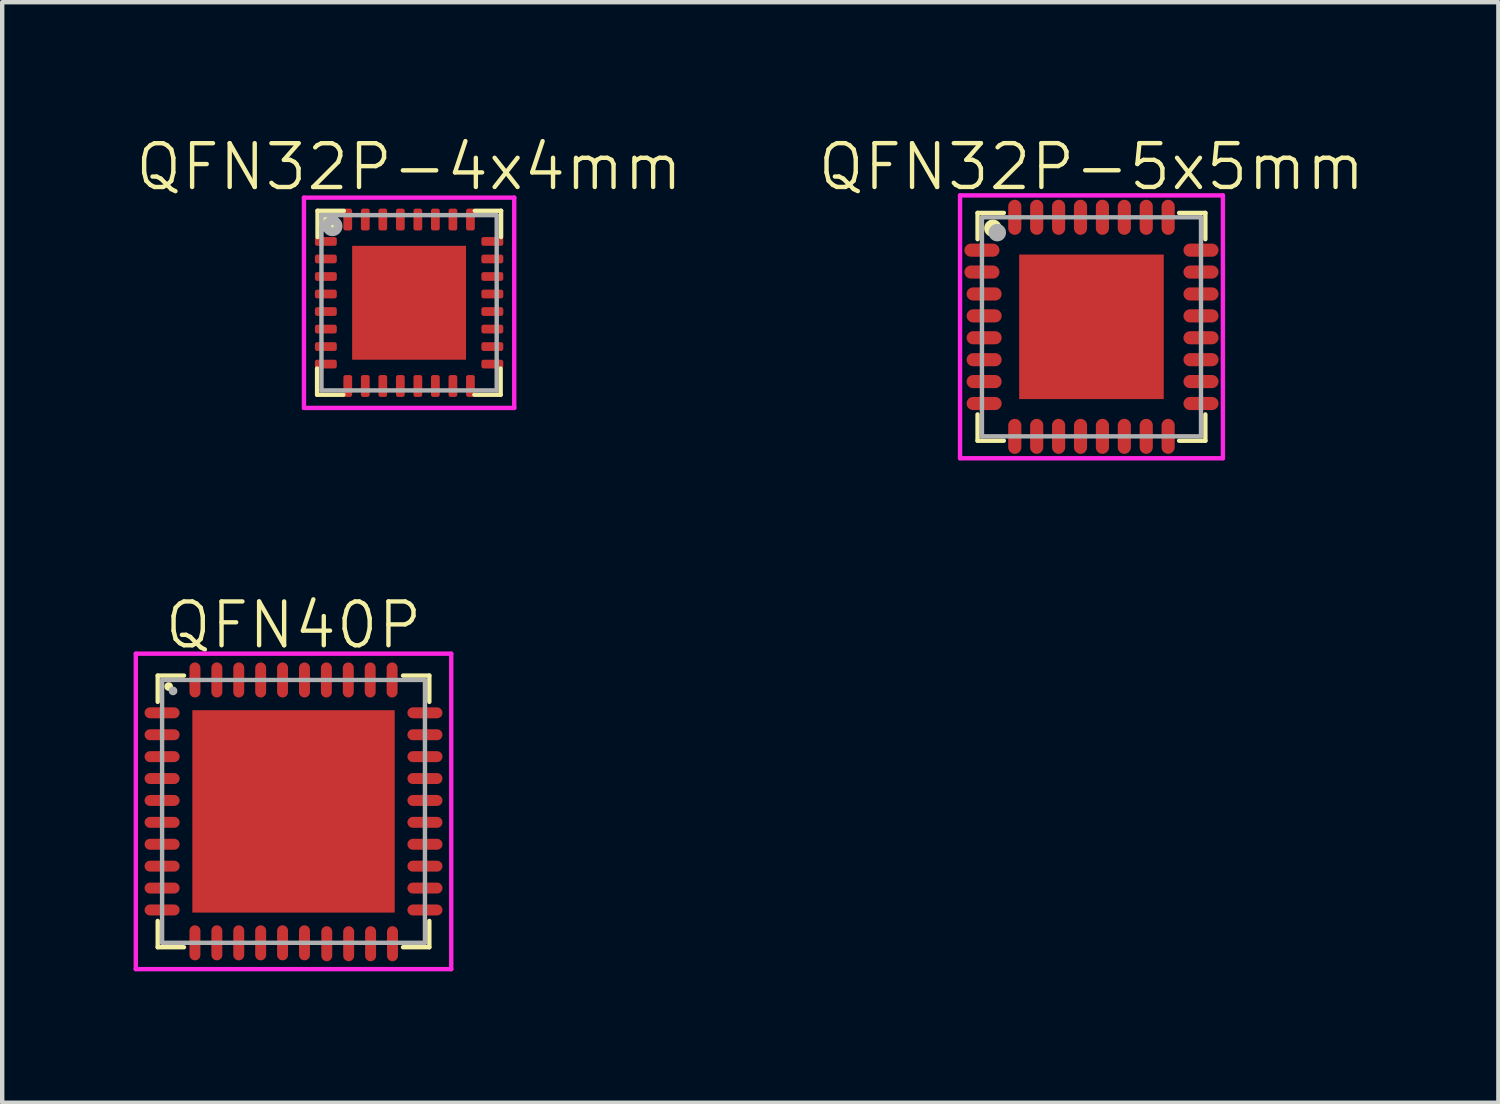
<source format=kicad_pcb>
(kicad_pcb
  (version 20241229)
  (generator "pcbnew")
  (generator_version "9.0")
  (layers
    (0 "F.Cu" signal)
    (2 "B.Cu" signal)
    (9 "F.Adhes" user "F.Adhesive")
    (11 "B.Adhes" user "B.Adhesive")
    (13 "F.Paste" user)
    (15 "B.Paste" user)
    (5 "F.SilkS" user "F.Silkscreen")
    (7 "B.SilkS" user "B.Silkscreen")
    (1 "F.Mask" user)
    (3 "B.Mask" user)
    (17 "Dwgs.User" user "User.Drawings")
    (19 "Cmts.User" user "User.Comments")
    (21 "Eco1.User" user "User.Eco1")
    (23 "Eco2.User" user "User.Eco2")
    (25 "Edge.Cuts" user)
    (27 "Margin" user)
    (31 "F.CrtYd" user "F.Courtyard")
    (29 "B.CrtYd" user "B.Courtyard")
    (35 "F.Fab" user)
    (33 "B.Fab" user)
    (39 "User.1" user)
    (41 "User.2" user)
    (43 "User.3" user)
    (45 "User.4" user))
  (footprint "QFN40P"
    (layer "F.Cu")
    (at 3.65 15.471)
    (property "Reference" "QFN40P" (at 0 -4.25 0) (layer "F.SilkS") (effects (font (size 1 1) (thickness 0.1))))
    (attr through_hole)
    (fp_line (start -3.1 -3.1) (end -3.1 -2.5) (stroke (width 0.1) (type solid)) (layer "F.SilkS"))
    (fp_line (start -3.1 -3.1) (end -2.5 -3.1) (stroke (width 0.1) (type solid)) (layer "F.SilkS"))
    (fp_line (start -3.1 3.1) (end -3.1 2.5) (stroke (width 0.1) (type solid)) (layer "F.SilkS"))
    (fp_line (start -3.1 3.1) (end -2.5 3.1) (stroke (width 0.1) (type solid)) (layer "F.SilkS"))
    (fp_line (start 3.1 -3.1) (end 2.5 -3.1) (stroke (width 0.1) (type solid)) (layer "F.SilkS"))
    (fp_line (start 3.1 -3.1) (end 3.1 -2.5) (stroke (width 0.1) (type solid)) (layer "F.SilkS"))
    (fp_line (start 3.1 3.1) (end 2.5 3.1) (stroke (width 0.1) (type solid)) (layer "F.SilkS"))
    (fp_line (start 3.1 3.1) (end 3.1 2.5) (stroke (width 0.1) (type solid)) (layer "F.SilkS"))
    (fp_circle (center -2.85 -2.85) (end -2.8 -2.85) (stroke (width 0.1) (type solid)) (fill no) (layer "F.SilkS"))
    (fp_line (start -3.6 -3.6) (end 3.6 -3.6) (stroke (width 0.1) (type solid)) (layer "F.CrtYd"))
    (fp_line (start -3.6 3.6) (end -3.6 -3.6) (stroke (width 0.1) (type solid)) (layer "F.CrtYd"))
    (fp_line (start 3.6 -3.6) (end 3.6 3.6) (stroke (width 0.1) (type solid)) (layer "F.CrtYd"))
    (fp_line (start 3.6 3.6) (end -3.6 3.6) (stroke (width 0.1) (type solid)) (layer "F.CrtYd"))
    (fp_line (start -3 -3) (end -3 3) (stroke (width 0.1) (type solid)) (layer "F.Fab"))
    (fp_line (start -3 3) (end 3 3) (stroke (width 0.1) (type solid)) (layer "F.Fab"))
    (fp_line (start 3 -3) (end -3 -3) (stroke (width 0.1) (type solid)) (layer "F.Fab"))
    (fp_line (start 3 3) (end 3 -3) (stroke (width 0.1) (type solid)) (layer "F.Fab"))
    (fp_circle (center -2.75 -2.75) (end -2.7 -2.75) (stroke (width 0.1) (type solid)) (fill no) (layer "F.Fab"))
    (pad "1" smd oval (at -3 -2.25) (size 0.8 0.25) (layers "F.Cu" "F.Mask" "F.Paste"))
    (pad "2" smd oval (at -3 -1.75) (size 0.8 0.25) (layers "F.Cu" "F.Mask" "F.Paste"))
    (pad "3" smd oval (at -3 -1.25) (size 0.8 0.25) (layers "F.Cu" "F.Mask" "F.Paste"))
    (pad "4" smd oval (at -3 -0.75) (size 0.8 0.25) (layers "F.Cu" "F.Mask" "F.Paste"))
    (pad "5" smd oval (at -3 -0.25) (size 0.8 0.25) (layers "F.Cu" "F.Mask" "F.Paste"))
    (pad "6" smd oval (at -3 0.25) (size 0.8 0.25) (layers "F.Cu" "F.Mask" "F.Paste"))
    (pad "7" smd oval (at -3 0.75) (size 0.8 0.25) (layers "F.Cu" "F.Mask" "F.Paste"))
    (pad "8" smd oval (at -3 1.25 180) (size 0.8 0.25) (layers "F.Cu" "F.Mask" "F.Paste"))
    (pad "9" smd oval (at -3 1.75 180) (size 0.8 0.25) (layers "F.Cu" "F.Mask" "F.Paste"))
    (pad "10" smd oval (at -3 2.25 180) (size 0.8 0.25) (layers "F.Cu" "F.Mask" "F.Paste"))
    (pad "11" smd oval (at -2.25 3 90) (size 0.8 0.25) (layers "F.Cu" "F.Mask" "F.Paste"))
    (pad "12" smd oval (at -1.75 3 90) (size 0.8 0.25) (layers "F.Cu" "F.Mask" "F.Paste"))
    (pad "13" smd oval (at -1.25 3 90) (size 0.8 0.25) (layers "F.Cu" "F.Mask" "F.Paste"))
    (pad "14" smd oval (at -0.75 3 90) (size 0.8 0.25) (layers "F.Cu" "F.Mask" "F.Paste"))
    (pad "15" smd oval (at -0.25 3 90) (size 0.8 0.25) (layers "F.Cu" "F.Mask" "F.Paste"))
    (pad "16" smd oval (at 0.25 3 270) (size 0.8 0.25) (layers "F.Cu" "F.Mask" "F.Paste"))
    (pad "17" smd oval (at 0.759 3.02 270) (size 0.8 0.25) (layers "F.Cu" "F.Mask" "F.Paste"))
    (pad "18" smd oval (at 1.259 3.02 270) (size 0.8 0.25) (layers "F.Cu" "F.Mask" "F.Paste"))
    (pad "19" smd oval (at 1.759 3.02 270) (size 0.8 0.25) (layers "F.Cu" "F.Mask" "F.Paste"))
    (pad "20" smd oval (at 2.259 3.02 270) (size 0.8 0.25) (layers "F.Cu" "F.Mask" "F.Paste"))
    (pad "21" smd oval (at 3 2.25) (size 0.8 0.25) (layers "F.Cu" "F.Mask" "F.Paste"))
    (pad "22" smd oval (at 3 1.75 180) (size 0.8 0.25) (layers "F.Cu" "F.Mask" "F.Paste"))
    (pad "23" smd oval (at 3 1.25 180) (size 0.8 0.25) (layers "F.Cu" "F.Mask" "F.Paste"))
    (pad "24" smd oval (at 3 0.75 180) (size 0.8 0.25) (layers "F.Cu" "F.Mask" "F.Paste"))
    (pad "25" smd oval (at 3 0.25) (size 0.8 0.25) (layers "F.Cu" "F.Mask" "F.Paste"))
    (pad "26" smd oval (at 3 -0.25) (size 0.8 0.25) (layers "F.Cu" "F.Mask" "F.Paste"))
    (pad "27" smd oval (at 3 -0.75) (size 0.8 0.25) (layers "F.Cu" "F.Mask" "F.Paste"))
    (pad "28" smd oval (at 3 -1.25) (size 0.8 0.25) (layers "F.Cu" "F.Mask" "F.Paste"))
    (pad "29" smd oval (at 3 -1.75) (size 0.8 0.25) (layers "F.Cu" "F.Mask" "F.Paste"))
    (pad "30" smd oval (at 3 -2.25) (size 0.8 0.25) (layers "F.Cu" "F.Mask" "F.Paste"))
    (pad "31" smd oval (at 2.25 -3 90) (size 0.8 0.25) (layers "F.Cu" "F.Mask" "F.Paste"))
    (pad "32" smd oval (at 1.75 -3 90) (size 0.8 0.25) (layers "F.Cu" "F.Mask" "F.Paste"))
    (pad "33" smd oval (at 1.25 -3 90) (size 0.8 0.25) (layers "F.Cu" "F.Mask" "F.Paste"))
    (pad "34" smd oval (at 0.75 -3 90) (size 0.8 0.25) (layers "F.Cu" "F.Mask" "F.Paste"))
    (pad "35" smd oval (at 0.25 -3 90) (size 0.8 0.25) (layers "F.Cu" "F.Mask" "F.Paste"))
    (pad "36" smd oval (at -0.25 -3 90) (size 0.8 0.25) (layers "F.Cu" "F.Mask" "F.Paste"))
    (pad "37" smd oval (at -0.75 -3 90) (size 0.8 0.25) (layers "F.Cu" "F.Mask" "F.Paste"))
    (pad "38" smd oval (at -1.25 -3 90) (size 0.8 0.25) (layers "F.Cu" "F.Mask" "F.Paste"))
    (pad "39" smd oval (at -1.75 -3 90) (size 0.8 0.25) (layers "F.Cu" "F.Mask" "F.Paste"))
    (pad "40" smd oval (at -2.25 -3 90) (size 0.8 0.25) (layers "F.Cu" "F.Mask" "F.Paste"))
    (pad "41" smd rect (at 0 0) (size 4.62 4.62) (layers "F.Cu" "F.Mask" "F.Paste")))
  (footprint "QFN32P-5x5mm"
    (layer "F.Cu")
    (at 21.864 4.41)
    (property "Reference" "QFN32P-5x5mm" (at 0 -3.65 0) (layer "F.SilkS") (effects (font (size 1 1) (thickness 0.1))))
    (attr through_hole)
    (fp_line (start -2.6 -2.6) (end -2.6 -2) (stroke (width 0.1) (type solid)) (layer "F.SilkS"))
    (fp_line (start -2.6 -2.6) (end -2 -2.6) (stroke (width 0.1) (type solid)) (layer "F.SilkS"))
    (fp_line (start -2.6 2.6) (end -2.6 2) (stroke (width 0.1) (type solid)) (layer "F.SilkS"))
    (fp_line (start -2.6 2.6) (end -2 2.6) (stroke (width 0.1) (type solid)) (layer "F.SilkS"))
    (fp_line (start 2.6 -2.6) (end 2 -2.6) (stroke (width 0.1) (type solid)) (layer "F.SilkS"))
    (fp_line (start 2.6 -2.6) (end 2.6 -2) (stroke (width 0.1) (type solid)) (layer "F.SilkS"))
    (fp_line (start 2.6 2.6) (end 2 2.6) (stroke (width 0.1) (type solid)) (layer "F.SilkS"))
    (fp_line (start 2.6 2.6) (end 2.6 2) (stroke (width 0.1) (type solid)) (layer "F.SilkS"))
    (fp_circle (center -2.25 -2.25) (end -2.25 -2.35) (stroke (width 0.2) (type solid)) (fill no) (layer "F.SilkS"))
    (fp_line (start -3 -3) (end 3 -3) (stroke (width 0.1) (type solid)) (layer "F.CrtYd"))
    (fp_line (start -3 3) (end -3 -3) (stroke (width 0.1) (type solid)) (layer "F.CrtYd"))
    (fp_line (start 3 -3) (end 3 3) (stroke (width 0.1) (type solid)) (layer "F.CrtYd"))
    (fp_line (start 3 3) (end -3 3) (stroke (width 0.1) (type solid)) (layer "F.CrtYd"))
    (fp_line (start -2.5 -2.5) (end -2.5 2.5) (stroke (width 0.1) (type solid)) (layer "F.Fab"))
    (fp_line (start -2.5 2.5) (end 2.5 2.5) (stroke (width 0.1) (type solid)) (layer "F.Fab"))
    (fp_line (start 2.5 -2.5) (end -2.5 -2.5) (stroke (width 0.1) (type solid)) (layer "F.Fab"))
    (fp_line (start 2.5 2.5) (end 2.5 -2.5) (stroke (width 0.1) (type solid)) (layer "F.Fab"))
    (fp_circle (center -2.15 -2.15) (end -2.15 -2.25) (stroke (width 0.2) (type solid)) (fill no) (layer "F.Fab"))
    (pad "1" smd oval (at -2.5 -1.75) (size 0.8 0.3) (layers "F.Cu" "F.Mask" "F.Paste"))
    (pad "2" smd oval (at -2.5 -1.25) (size 0.8 0.3) (layers "F.Cu" "F.Mask" "F.Paste"))
    (pad "3" smd oval (at -2.45 -0.75) (size 0.8 0.3) (layers "F.Cu" "F.Mask" "F.Paste"))
    (pad "4" smd oval (at -2.45 -0.25) (size 0.8 0.3) (layers "F.Cu" "F.Mask" "F.Paste"))
    (pad "5" smd oval (at -2.45 0.25) (size 0.8 0.3) (layers "F.Cu" "F.Mask" "F.Paste"))
    (pad "6" smd oval (at -2.45 0.75) (size 0.8 0.3) (layers "F.Cu" "F.Mask" "F.Paste"))
    (pad "7" smd oval (at -2.45 1.25) (size 0.8 0.3) (layers "F.Cu" "F.Mask" "F.Paste"))
    (pad "8" smd oval (at -2.45 1.75 180) (size 0.8 0.3) (layers "F.Cu" "F.Mask" "F.Paste"))
    (pad "9" smd oval (at -1.75 2.5 90) (size 0.8 0.3) (layers "F.Cu" "F.Mask" "F.Paste"))
    (pad "10" smd oval (at -1.25 2.5 90) (size 0.8 0.3) (layers "F.Cu" "F.Mask" "F.Paste"))
    (pad "11" smd oval (at -0.75 2.5 90) (size 0.8 0.3) (layers "F.Cu" "F.Mask" "F.Paste"))
    (pad "12" smd oval (at -0.25 2.5 90) (size 0.8 0.3) (layers "F.Cu" "F.Mask" "F.Paste"))
    (pad "13" smd oval (at 0.25 2.5 90) (size 0.8 0.3) (layers "F.Cu" "F.Mask" "F.Paste"))
    (pad "14" smd oval (at 0.75 2.5 90) (size 0.8 0.3) (layers "F.Cu" "F.Mask" "F.Paste"))
    (pad "15" smd oval (at 1.25 2.5 90) (size 0.8 0.3) (layers "F.Cu" "F.Mask" "F.Paste"))
    (pad "16" smd oval (at 1.75 2.5 270) (size 0.8 0.3) (layers "F.Cu" "F.Mask" "F.Paste"))
    (pad "17" smd oval (at 2.5 1.75) (size 0.8 0.3) (layers "F.Cu" "F.Mask" "F.Paste"))
    (pad "18" smd oval (at 2.5 1.25) (size 0.8 0.3) (layers "F.Cu" "F.Mask" "F.Paste"))
    (pad "19" smd oval (at 2.5 0.75) (size 0.8 0.3) (layers "F.Cu" "F.Mask" "F.Paste"))
    (pad "20" smd oval (at 2.5 0.25) (size 0.8 0.3) (layers "F.Cu" "F.Mask" "F.Paste"))
    (pad "21" smd oval (at 2.5 -0.25) (size 0.8 0.3) (layers "F.Cu" "F.Mask" "F.Paste"))
    (pad "22" smd oval (at 2.5 -0.75 180) (size 0.8 0.3) (layers "F.Cu" "F.Mask" "F.Paste"))
    (pad "23" smd oval (at 2.5 -1.25 180) (size 0.8 0.3) (layers "F.Cu" "F.Mask" "F.Paste"))
    (pad "24" smd oval (at 2.5 -1.75 180) (size 0.8 0.3) (layers "F.Cu" "F.Mask" "F.Paste"))
    (pad "25" smd oval (at 1.75 -2.5 90) (size 0.8 0.3) (layers "F.Cu" "F.Mask" "F.Paste"))
    (pad "26" smd oval (at 1.25 -2.5 90) (size 0.8 0.3) (layers "F.Cu" "F.Mask" "F.Paste"))
    (pad "27" smd oval (at 0.75 -2.5 90) (size 0.8 0.3) (layers "F.Cu" "F.Mask" "F.Paste"))
    (pad "28" smd oval (at 0.25 -2.5 90) (size 0.8 0.3) (layers "F.Cu" "F.Mask" "F.Paste"))
    (pad "29" smd oval (at -0.25 -2.5 90) (size 0.8 0.3) (layers "F.Cu" "F.Mask" "F.Paste"))
    (pad "30" smd oval (at -0.75 -2.5 90) (size 0.8 0.3) (layers "F.Cu" "F.Mask" "F.Paste"))
    (pad "31" smd oval (at -1.25 -2.5 90) (size 0.8 0.3) (layers "F.Cu" "F.Mask" "F.Paste"))
    (pad "32" smd oval (at -1.75 -2.5 90) (size 0.8 0.3) (layers "F.Cu" "F.Mask" "F.Paste"))
    (pad "33" smd rect (at 0 0) (size 3.3 3.3) (layers "F.Cu" "F.Mask" "F.Paste")))
  (footprint "QFN32P-4x4mm"
    (layer "F.Cu")
    (at 6.288 3.861)
    (property "Reference" "QFN32P-4x4mm" (at 0 -3.1 0) (layer "F.SilkS") (effects (font (size 1 1) (thickness 0.1))))
    (attr through_hole)
    (fp_line (start -2.1 2.1) (end -2.1 1.5) (stroke (width 0.1) (type solid)) (layer "F.SilkS"))
    (fp_line (start -2.1 2.1) (end -1.5 2.1) (stroke (width 0.1) (type solid)) (layer "F.SilkS"))
    (fp_line (start -2.09 -2.1) (end -2.09 -1.5) (stroke (width 0.1) (type solid)) (layer "F.SilkS"))
    (fp_line (start -2.09 -2.1) (end -1.49 -2.1) (stroke (width 0.1) (type solid)) (layer "F.SilkS"))
    (fp_line (start 2.09 2.1) (end 1.49 2.1) (stroke (width 0.1) (type solid)) (layer "F.SilkS"))
    (fp_line (start 2.09 2.1) (end 2.09 1.5) (stroke (width 0.1) (type solid)) (layer "F.SilkS"))
    (fp_line (start 2.1 -2.1) (end 1.5 -2.1) (stroke (width 0.1) (type solid)) (layer "F.SilkS"))
    (fp_line (start 2.1 -2.1) (end 2.1 -1.5) (stroke (width 0.1) (type solid)) (layer "F.SilkS"))
    (fp_circle (center -1.82 -1.82) (end -1.82 -1.85) (stroke (width 0.2) (type solid)) (fill no) (layer "F.SilkS"))
    (fp_line (start -2.4 -2.4) (end 2.4 -2.4) (stroke (width 0.1) (type solid)) (layer "F.CrtYd"))
    (fp_line (start -2.4 2.4) (end -2.4 -2.4) (stroke (width 0.1) (type solid)) (layer "F.CrtYd"))
    (fp_line (start 2.4 -2.4) (end 2.4 2.4) (stroke (width 0.1) (type solid)) (layer "F.CrtYd"))
    (fp_line (start 2.4 2.4) (end -2.4 2.4) (stroke (width 0.1) (type solid)) (layer "F.CrtYd"))
    (fp_line (start -2 -2) (end -2 2) (stroke (width 0.1) (type solid)) (layer "F.Fab"))
    (fp_line (start -2 2) (end 2 2) (stroke (width 0.1) (type solid)) (layer "F.Fab"))
    (fp_line (start 2 -2) (end -2 -2) (stroke (width 0.1) (type solid)) (layer "F.Fab"))
    (fp_line (start 2 2) (end 2 -2) (stroke (width 0.1) (type solid)) (layer "F.Fab"))
    (fp_circle (center -1.75 -1.75) (end -1.75 -1.78) (stroke (width 0.2) (type solid)) (fill no) (layer "F.Fab"))
    (pad "1" smd roundrect (at -1.9 -1.4) (size 0.5 0.2) (layers "F.Cu" "F.Mask" "F.Paste") (roundrect_rratio 0.25))
    (pad "2" smd roundrect (at -1.9 -1) (size 0.5 0.2) (layers "F.Cu" "F.Mask" "F.Paste") (roundrect_rratio 0.25))
    (pad "3" smd roundrect (at -1.9 -0.6) (size 0.5 0.2) (layers "F.Cu" "F.Mask" "F.Paste") (roundrect_rratio 0.25))
    (pad "4" smd roundrect (at -1.9 -0.2) (size 0.5 0.2) (layers "F.Cu" "F.Mask" "F.Paste") (roundrect_rratio 0.25))
    (pad "5" smd roundrect (at -1.9 0.2) (size 0.5 0.2) (layers "F.Cu" "F.Mask" "F.Paste") (roundrect_rratio 0.25))
    (pad "6" smd roundrect (at -1.9 0.6) (size 0.5 0.2) (layers "F.Cu" "F.Mask" "F.Paste") (roundrect_rratio 0.25))
    (pad "7" smd roundrect (at -1.9 1) (size 0.5 0.2) (layers "F.Cu" "F.Mask" "F.Paste") (roundrect_rratio 0.25))
    (pad "8" smd roundrect (at -1.9 1.4) (size 0.5 0.2) (layers "F.Cu" "F.Mask" "F.Paste") (roundrect_rratio 0.25))
    (pad "9" smd roundrect (at -1.4 1.9 90) (size 0.5 0.2) (layers "F.Cu" "F.Mask" "F.Paste") (roundrect_rratio 0.25))
    (pad "10" smd roundrect (at -1 1.9 90) (size 0.5 0.2) (layers "F.Cu" "F.Mask" "F.Paste") (roundrect_rratio 0.25))
    (pad "11" smd roundrect (at -0.6 1.9 90) (size 0.5 0.2) (layers "F.Cu" "F.Mask" "F.Paste") (roundrect_rratio 0.25))
    (pad "12" smd roundrect (at -0.2 1.9 90) (size 0.5 0.2) (layers "F.Cu" "F.Mask" "F.Paste") (roundrect_rratio 0.25))
    (pad "13" smd roundrect (at 0.2 1.9 90) (size 0.5 0.2) (layers "F.Cu" "F.Mask" "F.Paste") (roundrect_rratio 0.25))
    (pad "14" smd roundrect (at 0.6 1.9 90) (size 0.5 0.2) (layers "F.Cu" "F.Mask" "F.Paste") (roundrect_rratio 0.25))
    (pad "15" smd roundrect (at 1 1.9 90) (size 0.5 0.2) (layers "F.Cu" "F.Mask" "F.Paste") (roundrect_rratio 0.25))
    (pad "16" smd roundrect (at 1.4 1.9 90) (size 0.5 0.2) (layers "F.Cu" "F.Mask" "F.Paste") (roundrect_rratio 0.25))
    (pad "17" smd roundrect (at 1.9 1.4) (size 0.5 0.2) (layers "F.Cu" "F.Mask" "F.Paste") (roundrect_rratio 0.25))
    (pad "18" smd roundrect (at 1.9 1) (size 0.5 0.2) (layers "F.Cu" "F.Mask" "F.Paste") (roundrect_rratio 0.25))
    (pad "19" smd roundrect (at 1.9 0.6) (size 0.5 0.2) (layers "F.Cu" "F.Mask" "F.Paste") (roundrect_rratio 0.25))
    (pad "20" smd roundrect (at 1.9 0.2) (size 0.5 0.2) (layers "F.Cu" "F.Mask" "F.Paste") (roundrect_rratio 0.25))
    (pad "21" smd roundrect (at 1.9 -0.2) (size 0.5 0.2) (layers "F.Cu" "F.Mask" "F.Paste") (roundrect_rratio 0.25))
    (pad "22" smd roundrect (at 1.9 -0.6) (size 0.5 0.2) (layers "F.Cu" "F.Mask" "F.Paste") (roundrect_rratio 0.25))
    (pad "23" smd roundrect (at 1.9 -1) (size 0.5 0.2) (layers "F.Cu" "F.Mask" "F.Paste") (roundrect_rratio 0.25))
    (pad "24" smd roundrect (at 1.9 -1.4) (size 0.5 0.2) (layers "F.Cu" "F.Mask" "F.Paste") (roundrect_rratio 0.25))
    (pad "25" smd roundrect (at 1.4 -1.9 270) (size 0.5 0.2) (layers "F.Cu" "F.Mask" "F.Paste") (roundrect_rratio 0.25))
    (pad "26" smd roundrect (at 1 -1.9 90) (size 0.5 0.2) (layers "F.Cu" "F.Mask" "F.Paste") (roundrect_rratio 0.25))
    (pad "27" smd roundrect (at 0.6 -1.9 90) (size 0.5 0.2) (layers "F.Cu" "F.Mask" "F.Paste") (roundrect_rratio 0.25))
    (pad "28" smd roundrect (at 0.2 -1.9 90) (size 0.5 0.2) (layers "F.Cu" "F.Mask" "F.Paste") (roundrect_rratio 0.25))
    (pad "29" smd roundrect (at -0.2 -1.9 90) (size 0.5 0.2) (layers "F.Cu" "F.Mask" "F.Paste") (roundrect_rratio 0.25))
    (pad "30" smd roundrect (at -0.6 -1.9 90) (size 0.5 0.2) (layers "F.Cu" "F.Mask" "F.Paste") (roundrect_rratio 0.25))
    (pad "31" smd roundrect (at -1 -1.9 90) (size 0.5 0.2) (layers "F.Cu" "F.Mask" "F.Paste") (roundrect_rratio 0.25))
    (pad "32" smd roundrect (at -1.4 -1.9 90) (size 0.5 0.2) (layers "F.Cu" "F.Mask" "F.Paste") (roundrect_rratio 0.25))
    (pad "33" smd rect (at 0 0) (size 2.6 2.6) (layers "F.Cu" "F.Mask" "F.Paste")))
  (gr_rect
    (start -3 -3)
    (end 31.152 22.121)
    (stroke (width 0.1) (type default))
    (fill no)
    (layer "Edge.Cuts")))
</source>
